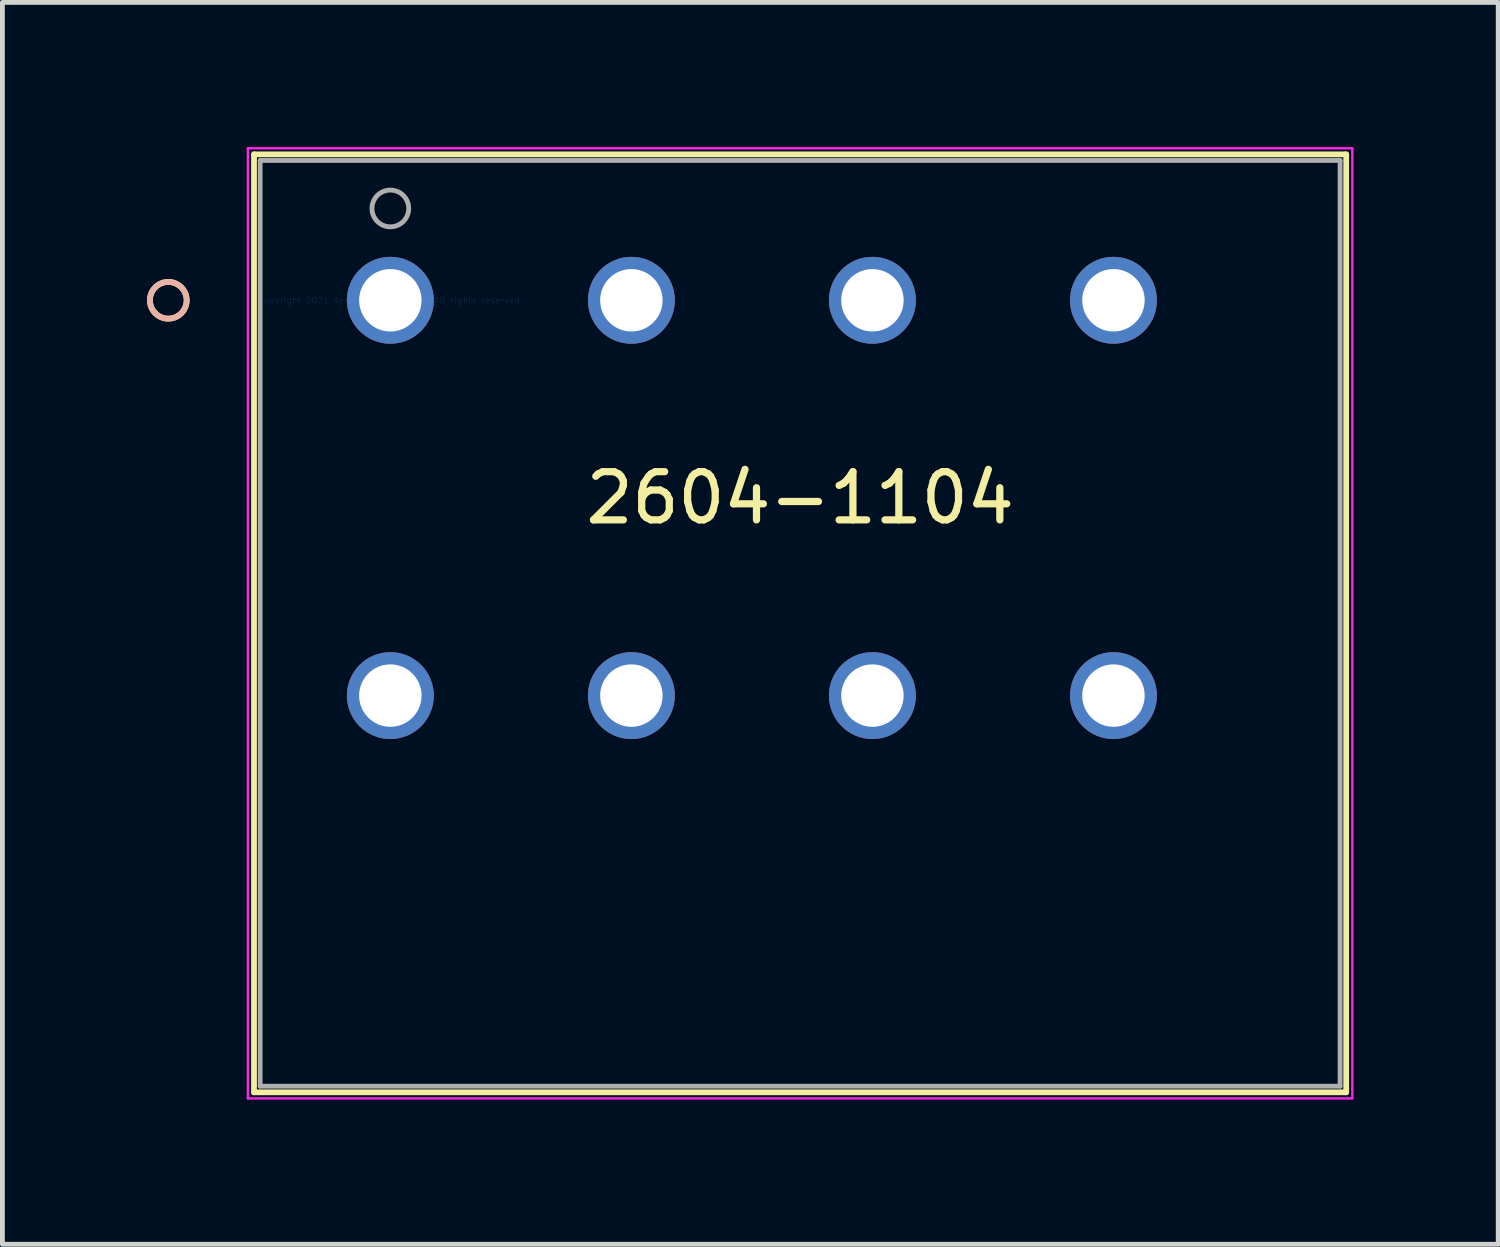
<source format=kicad_pcb>
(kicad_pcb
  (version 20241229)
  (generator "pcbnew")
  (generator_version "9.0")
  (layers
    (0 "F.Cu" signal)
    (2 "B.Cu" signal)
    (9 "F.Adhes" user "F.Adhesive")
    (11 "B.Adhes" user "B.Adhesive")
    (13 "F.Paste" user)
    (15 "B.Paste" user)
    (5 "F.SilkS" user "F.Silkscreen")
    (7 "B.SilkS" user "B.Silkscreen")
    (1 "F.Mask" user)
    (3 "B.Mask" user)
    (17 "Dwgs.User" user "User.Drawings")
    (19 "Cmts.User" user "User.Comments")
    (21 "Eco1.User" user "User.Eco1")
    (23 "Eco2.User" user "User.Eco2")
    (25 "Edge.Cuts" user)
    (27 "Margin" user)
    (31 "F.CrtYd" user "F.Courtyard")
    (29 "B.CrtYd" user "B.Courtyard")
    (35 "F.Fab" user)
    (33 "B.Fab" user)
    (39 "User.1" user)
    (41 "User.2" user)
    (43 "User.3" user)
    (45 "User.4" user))
  (footprint "2604-1104"
    (layer "F.Cu")
    (at 5.047 3.179)
    (property "Reference" "2604-1104" (at 8.5 4.1 0) (layer "F.SilkS") (effects (font (size 1 1) (thickness 0.15))))
    (attr through_hole)
    (fp_line (start -2.828 -3.027) (end -2.828 16.429) (stroke (width 0.12) (type solid)) (layer "F.SilkS"))
    (fp_line (start -2.828 16.429) (end 19.828 16.429) (stroke (width 0.12) (type solid)) (layer "F.SilkS"))
    (fp_line (start 19.828 -3.027) (end -2.828 -3.027) (stroke (width 0.12) (type solid)) (layer "F.SilkS"))
    (fp_line (start 19.828 16.429) (end 19.828 -3.027) (stroke (width 0.12) (type solid)) (layer "F.SilkS"))
    (fp_circle (center -4.606 0) (end -4.225 0) (stroke (width 0.12) (type solid)) (fill no) (layer "F.SilkS"))
    (fp_circle (center -4.606 0) (end -4.225 0) (stroke (width 0.12) (type solid)) (fill no) (layer "B.SilkS"))
    (fp_line (start -2.955 -3.154) (end -2.955 16.556) (stroke (width 0.05) (type solid)) (layer "F.CrtYd"))
    (fp_line (start -2.955 16.556) (end 19.955 16.556) (stroke (width 0.05) (type solid)) (layer "F.CrtYd"))
    (fp_line (start 19.955 -3.154) (end -2.955 -3.154) (stroke (width 0.05) (type solid)) (layer "F.CrtYd"))
    (fp_line (start 19.955 16.556) (end 19.955 -3.154) (stroke (width 0.05) (type solid)) (layer "F.CrtYd"))
    (fp_line (start -2.701 -2.9) (end -2.701 16.302) (stroke (width 0.1) (type solid)) (layer "F.Fab"))
    (fp_line (start -2.701 16.302) (end 19.701 16.302) (stroke (width 0.1) (type solid)) (layer "F.Fab"))
    (fp_line (start 19.701 -2.9) (end -2.701 -2.9) (stroke (width 0.1) (type solid)) (layer "F.Fab"))
    (fp_line (start 19.701 16.302) (end 19.701 -2.9) (stroke (width 0.1) (type solid)) (layer "F.Fab"))
    (fp_circle (center 0 -1.905) (end 0.381 -1.905) (stroke (width 0.1) (type solid)) (fill no) (layer "F.Fab"))
    (fp_text user "*" (at 0 0 0) (layer "F.SilkS") (effects (font (size 1 1) (thickness 0.15))))
    (fp_text user "Copyright 2021 Accelerated Designs. All rights reserved." (at 0 0 0) (layer "Cmts.User") (effects (font (size 0.127 0.127) (thickness 0.002))))
    (fp_text user "*" (at 0 0 0) (layer "F.Fab") (effects (font (size 1 1) (thickness 0.15))))
    (pad "1" thru_hole circle (at 0 0) (size 1.803 1.803) (drill 1.295) (layers "*.Cu" "*.Mask"))
    (pad "2" thru_hole circle (at 0 8.2) (size 1.803 1.803) (drill 1.295) (layers "*.Cu" "*.Mask"))
    (pad "3" thru_hole circle (at 5 0) (size 1.803 1.803) (drill 1.295) (layers "*.Cu" "*.Mask"))
    (pad "4" thru_hole circle (at 5 8.2) (size 1.803 1.803) (drill 1.295) (layers "*.Cu" "*.Mask"))
    (pad "5" thru_hole circle (at 10 0) (size 1.803 1.803) (drill 1.295) (layers "*.Cu" "*.Mask"))
    (pad "6" thru_hole circle (at 10 8.2) (size 1.803 1.803) (drill 1.295) (layers "*.Cu" "*.Mask"))
    (pad "7" thru_hole circle (at 15 0) (size 1.803 1.803) (drill 1.295) (layers "*.Cu" "*.Mask"))
    (pad "8" thru_hole circle (at 15 8.2) (size 1.803 1.803) (drill 1.295) (layers "*.Cu" "*.Mask")))
  (gr_rect
    (start -3 -3)
    (end 28.028 22.76)
    (stroke (width 0.1) (type default))
    (fill no)
    (layer "Edge.Cuts")))
</source>
